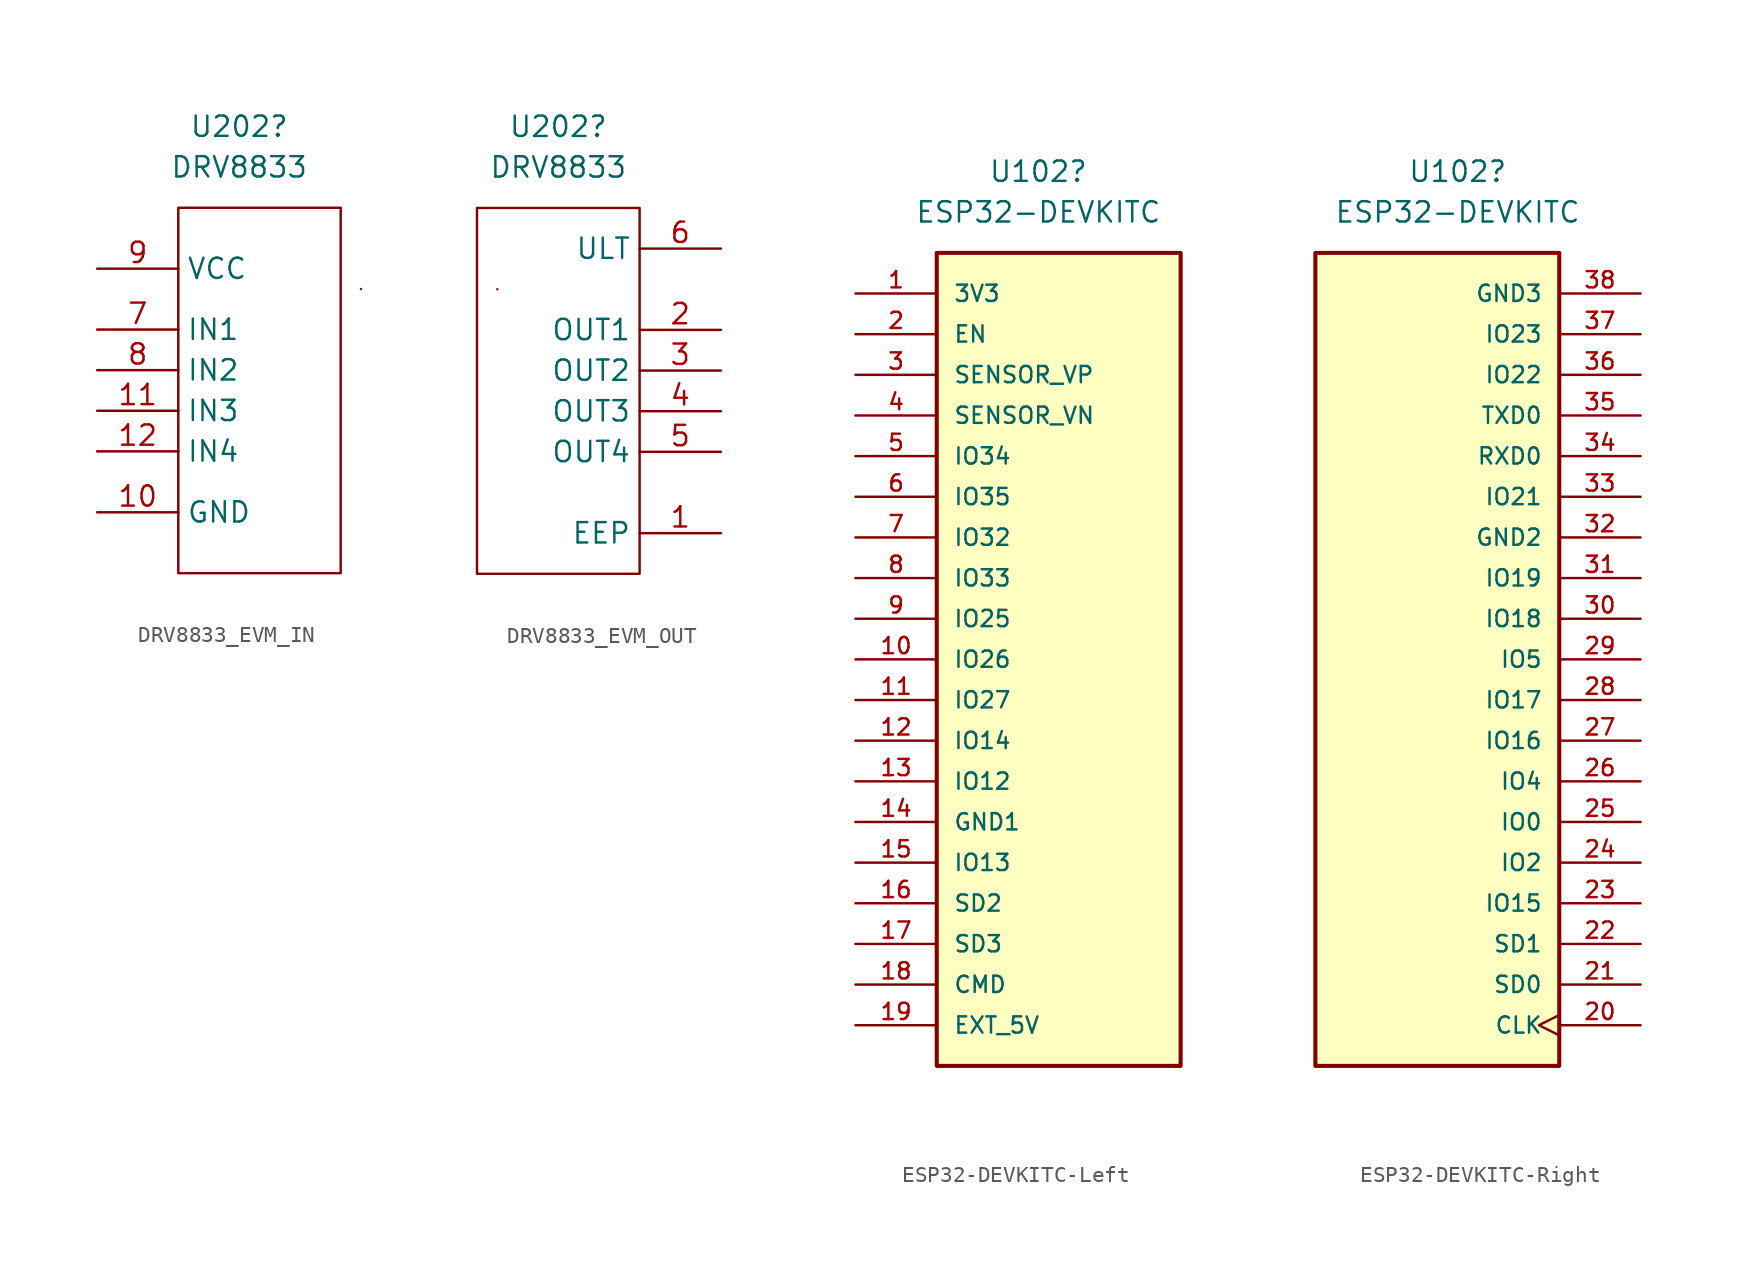
<source format=kicad_sym>
(kicad_symbol_lib
  (version 20220914)
  (generator kicad_symbol_editor)
  (symbol "DRV8833_EVM_IN"
    (property "Reference" "U202"
      (at -6.35 2.54 0)
      (effects (font (size 1.27 1.27))))
    (property "Value" "DRV8833"
      (at -6.35 0 0)
      (effects (font (size 1.27 1.27))))
    (symbol "DRV8833_EVM_IN_0_1"
      (rectangle (start -10.16 -2.54) (end 0 -25.4) (stroke (width 0) (type default)) (fill (type none)))
      (rectangle (start 1.27 -7.62) (end 1.27 -7.62) (stroke (width 0) (type default)) (fill (type none))))
    (symbol "DRV8833_EVM_IN_1_1"
      (pin power_in line (at -15.24 -21.59 0) (length 5.08) (name "GND" (effects (font (size 1.27 1.27)))) (number "10" (effects (font (size 1.27 1.27)))))
      (pin input line (at -15.24 -15.24 0) (length 5.08) (name "IN3" (effects (font (size 1.27 1.27)))) (number "11" (effects (font (size 1.27 1.27)))))
      (pin input line (at -15.24 -17.78 0) (length 5.08) (name "IN4" (effects (font (size 1.27 1.27)))) (number "12" (effects (font (size 1.27 1.27)))))
      (pin input line (at -15.24 -10.16 0) (length 5.08) (name "IN1" (effects (font (size 1.27 1.27)))) (number "7" (effects (font (size 1.27 1.27)))))
      (pin input line (at -15.24 -12.7 0) (length 5.08) (name "IN2" (effects (font (size 1.27 1.27)))) (number "8" (effects (font (size 1.27 1.27)))))
      (pin power_in line (at -15.24 -6.35 0) (length 5.08) (name "VCC" (effects (font (size 1.27 1.27)))) (number "9" (effects (font (size 1.27 1.27)))))))
  (symbol "DRV8833_EVM_OUT"
    (property "Reference" "U202"
      (at 5.08 2.54 0)
      (effects (font (size 1.27 1.27))))
    (property "Value" "DRV8833"
      (at 5.08 0 0)
      (effects (font (size 1.27 1.27))))
    (symbol "DRV8833_EVM_OUT_0_1"
      (rectangle (start 0 -2.54) (end 10.16 -25.4) (stroke (width 0) (type default)) (fill (type none)))
      (rectangle (start 1.27 -7.62) (end 1.27 -7.62) (stroke (width 0) (type default)) (fill (type none))))
    (symbol "DRV8833_EVM_OUT_1_1"
      (pin input line (at 15.24 -22.86 180) (length 5.08) (name "EEP" (effects (font (size 1.27 1.27)))) (number "1" (effects (font (size 1.27 1.27)))))
      (pin output line (at 15.24 -10.16 180) (length 5.08) (name "OUT1" (effects (font (size 1.27 1.27)))) (number "2" (effects (font (size 1.27 1.27)))))
      (pin output line (at 15.24 -12.7 180) (length 5.08) (name "OUT2" (effects (font (size 1.27 1.27)))) (number "3" (effects (font (size 1.27 1.27)))))
      (pin output line (at 15.24 -15.24 180) (length 5.08) (name "OUT3" (effects (font (size 1.27 1.27)))) (number "4" (effects (font (size 1.27 1.27)))))
      (pin output line (at 15.24 -17.78 180) (length 5.08) (name "OUT4" (effects (font (size 1.27 1.27)))) (number "5" (effects (font (size 1.27 1.27)))))
      (pin output line (at 15.24 -5.08 180) (length 5.08) (name "ULT" (effects (font (size 1.27 1.27)))) (number "6" (effects (font (size 1.27 1.27)))))))
  (symbol "ESP32-DEVKITC-Left"
    (pin_names
      (offset 1.016))
    (property "Reference" "U102"
      (at -8.89 30.48 0)
      (effects (font (size 1.27 1.27))))
    (property "Value" "ESP32-DEVKITC"
      (at -8.89 27.94 0)
      (effects (font (size 1.27 1.27))))
    (symbol "ESP32-DEVKITC-Left_0_0"
      (rectangle (start -15.24 25.4) (end 0 -25.4) (stroke (width 0.254) (type default)) (fill (type background)))
      (pin power_in line (at -20.32 22.86 0) (length 5.08) (name "3V3" (effects (font (size 1.016 1.016)))) (number "1" (effects (font (size 1.016 1.016)))))
      (pin bidirectional line (at -20.32 0 0) (length 5.08) (name "IO26" (effects (font (size 1.016 1.016)))) (number "10" (effects (font (size 1.016 1.016)))))
      (pin bidirectional line (at -20.32 -2.54 0) (length 5.08) (name "IO27" (effects (font (size 1.016 1.016)))) (number "11" (effects (font (size 1.016 1.016)))))
      (pin bidirectional line (at -20.32 -5.08 0) (length 5.08) (name "IO14" (effects (font (size 1.016 1.016)))) (number "12" (effects (font (size 1.016 1.016)))))
      (pin bidirectional line (at -20.32 -7.62 0) (length 5.08) (name "IO12" (effects (font (size 1.016 1.016)))) (number "13" (effects (font (size 1.016 1.016)))))
      (pin power_in line (at -20.32 -10.16 0) (length 5.08) (name "GND1" (effects (font (size 1.016 1.016)))) (number "14" (effects (font (size 1.016 1.016)))))
      (pin bidirectional line (at -20.32 -12.7 0) (length 5.08) (name "IO13" (effects (font (size 1.016 1.016)))) (number "15" (effects (font (size 1.016 1.016)))))
      (pin bidirectional line (at -20.32 -15.24 0) (length 5.08) (name "SD2" (effects (font (size 1.016 1.016)))) (number "16" (effects (font (size 1.016 1.016)))))
      (pin bidirectional line (at -20.32 -17.78 0) (length 5.08) (name "SD3" (effects (font (size 1.016 1.016)))) (number "17" (effects (font (size 1.016 1.016)))))
      (pin bidirectional line (at -20.32 -20.32 0) (length 5.08) (name "CMD" (effects (font (size 1.016 1.016)))) (number "18" (effects (font (size 1.016 1.016)))))
      (pin power_in line (at -20.32 -22.86 0) (length 5.08) (name "EXT_5V" (effects (font (size 1.016 1.016)))) (number "19" (effects (font (size 1.016 1.016)))))
      (pin input line (at -20.32 20.32 0) (length 5.08) (name "EN" (effects (font (size 1.016 1.016)))) (number "2" (effects (font (size 1.016 1.016)))))
      (pin input line (at -20.32 17.78 0) (length 5.08) (name "SENSOR_VP" (effects (font (size 1.016 1.016)))) (number "3" (effects (font (size 1.016 1.016)))))
      (pin input line (at -20.32 15.24 0) (length 5.08) (name "SENSOR_VN" (effects (font (size 1.016 1.016)))) (number "4" (effects (font (size 1.016 1.016)))))
      (pin bidirectional line (at -20.32 12.7 0) (length 5.08) (name "IO34" (effects (font (size 1.016 1.016)))) (number "5" (effects (font (size 1.016 1.016)))))
      (pin bidirectional line (at -20.32 10.16 0) (length 5.08) (name "IO35" (effects (font (size 1.016 1.016)))) (number "6" (effects (font (size 1.016 1.016)))))
      (pin bidirectional line (at -20.32 7.62 0) (length 5.08) (name "IO32" (effects (font (size 1.016 1.016)))) (number "7" (effects (font (size 1.016 1.016)))))
      (pin bidirectional line (at -20.32 5.08 0) (length 5.08) (name "IO33" (effects (font (size 1.016 1.016)))) (number "8" (effects (font (size 1.016 1.016)))))
      (pin bidirectional line (at -20.32 2.54 0) (length 5.08) (name "IO25" (effects (font (size 1.016 1.016)))) (number "9" (effects (font (size 1.016 1.016)))))))
  (symbol "ESP32-DEVKITC-Right"
    (pin_names
      (offset 1.016))
    (property "Reference" "U102"
      (at 8.89 30.48 0)
      (effects (font (size 1.27 1.27))))
    (property "Value" "ESP32-DEVKITC"
      (at 8.89 27.94 0)
      (effects (font (size 1.27 1.27))))
    (symbol "ESP32-DEVKITC-Right_0_0"
      (rectangle (start 0 25.4) (end 15.24 -25.4) (stroke (width 0.254) (type default)) (fill (type background)))
      (pin input clock (at 20.32 -22.86 180) (length 5.08) (name "CLK" (effects (font (size 1.016 1.016)))) (number "20" (effects (font (size 1.016 1.016)))))
      (pin bidirectional line (at 20.32 -20.32 180) (length 5.08) (name "SD0" (effects (font (size 1.016 1.016)))) (number "21" (effects (font (size 1.016 1.016)))))
      (pin bidirectional line (at 20.32 -17.78 180) (length 5.08) (name "SD1" (effects (font (size 1.016 1.016)))) (number "22" (effects (font (size 1.016 1.016)))))
      (pin bidirectional line (at 20.32 -15.24 180) (length 5.08) (name "IO15" (effects (font (size 1.016 1.016)))) (number "23" (effects (font (size 1.016 1.016)))))
      (pin bidirectional line (at 20.32 -12.7 180) (length 5.08) (name "IO2" (effects (font (size 1.016 1.016)))) (number "24" (effects (font (size 1.016 1.016)))))
      (pin bidirectional line (at 20.32 -10.16 180) (length 5.08) (name "IO0" (effects (font (size 1.016 1.016)))) (number "25" (effects (font (size 1.016 1.016)))))
      (pin bidirectional line (at 20.32 -7.62 180) (length 5.08) (name "IO4" (effects (font (size 1.016 1.016)))) (number "26" (effects (font (size 1.016 1.016)))))
      (pin bidirectional line (at 20.32 -5.08 180) (length 5.08) (name "IO16" (effects (font (size 1.016 1.016)))) (number "27" (effects (font (size 1.016 1.016)))))
      (pin bidirectional line (at 20.32 -2.54 180) (length 5.08) (name "IO17" (effects (font (size 1.016 1.016)))) (number "28" (effects (font (size 1.016 1.016)))))
      (pin bidirectional line (at 20.32 0 180) (length 5.08) (name "IO5" (effects (font (size 1.016 1.016)))) (number "29" (effects (font (size 1.016 1.016)))))
      (pin bidirectional line (at 20.32 2.54 180) (length 5.08) (name "IO18" (effects (font (size 1.016 1.016)))) (number "30" (effects (font (size 1.016 1.016)))))
      (pin bidirectional line (at 20.32 5.08 180) (length 5.08) (name "IO19" (effects (font (size 1.016 1.016)))) (number "31" (effects (font (size 1.016 1.016)))))
      (pin power_in line (at 20.32 7.62 180) (length 5.08) (name "GND2" (effects (font (size 1.016 1.016)))) (number "32" (effects (font (size 1.016 1.016)))))
      (pin bidirectional line (at 20.32 10.16 180) (length 5.08) (name "IO21" (effects (font (size 1.016 1.016)))) (number "33" (effects (font (size 1.016 1.016)))))
      (pin input line (at 20.32 12.7 180) (length 5.08) (name "RXD0" (effects (font (size 1.016 1.016)))) (number "34" (effects (font (size 1.016 1.016)))))
      (pin output line (at 20.32 15.24 180) (length 5.08) (name "TXD0" (effects (font (size 1.016 1.016)))) (number "35" (effects (font (size 1.016 1.016)))))
      (pin bidirectional line (at 20.32 17.78 180) (length 5.08) (name "IO22" (effects (font (size 1.016 1.016)))) (number "36" (effects (font (size 1.016 1.016)))))
      (pin bidirectional line (at 20.32 20.32 180) (length 5.08) (name "IO23" (effects (font (size 1.016 1.016)))) (number "37" (effects (font (size 1.016 1.016)))))
      (pin power_in line (at 20.32 22.86 180) (length 5.08) (name "GND3" (effects (font (size 1.016 1.016)))) (number "38" (effects (font (size 1.016 1.016))))))))
</source>
